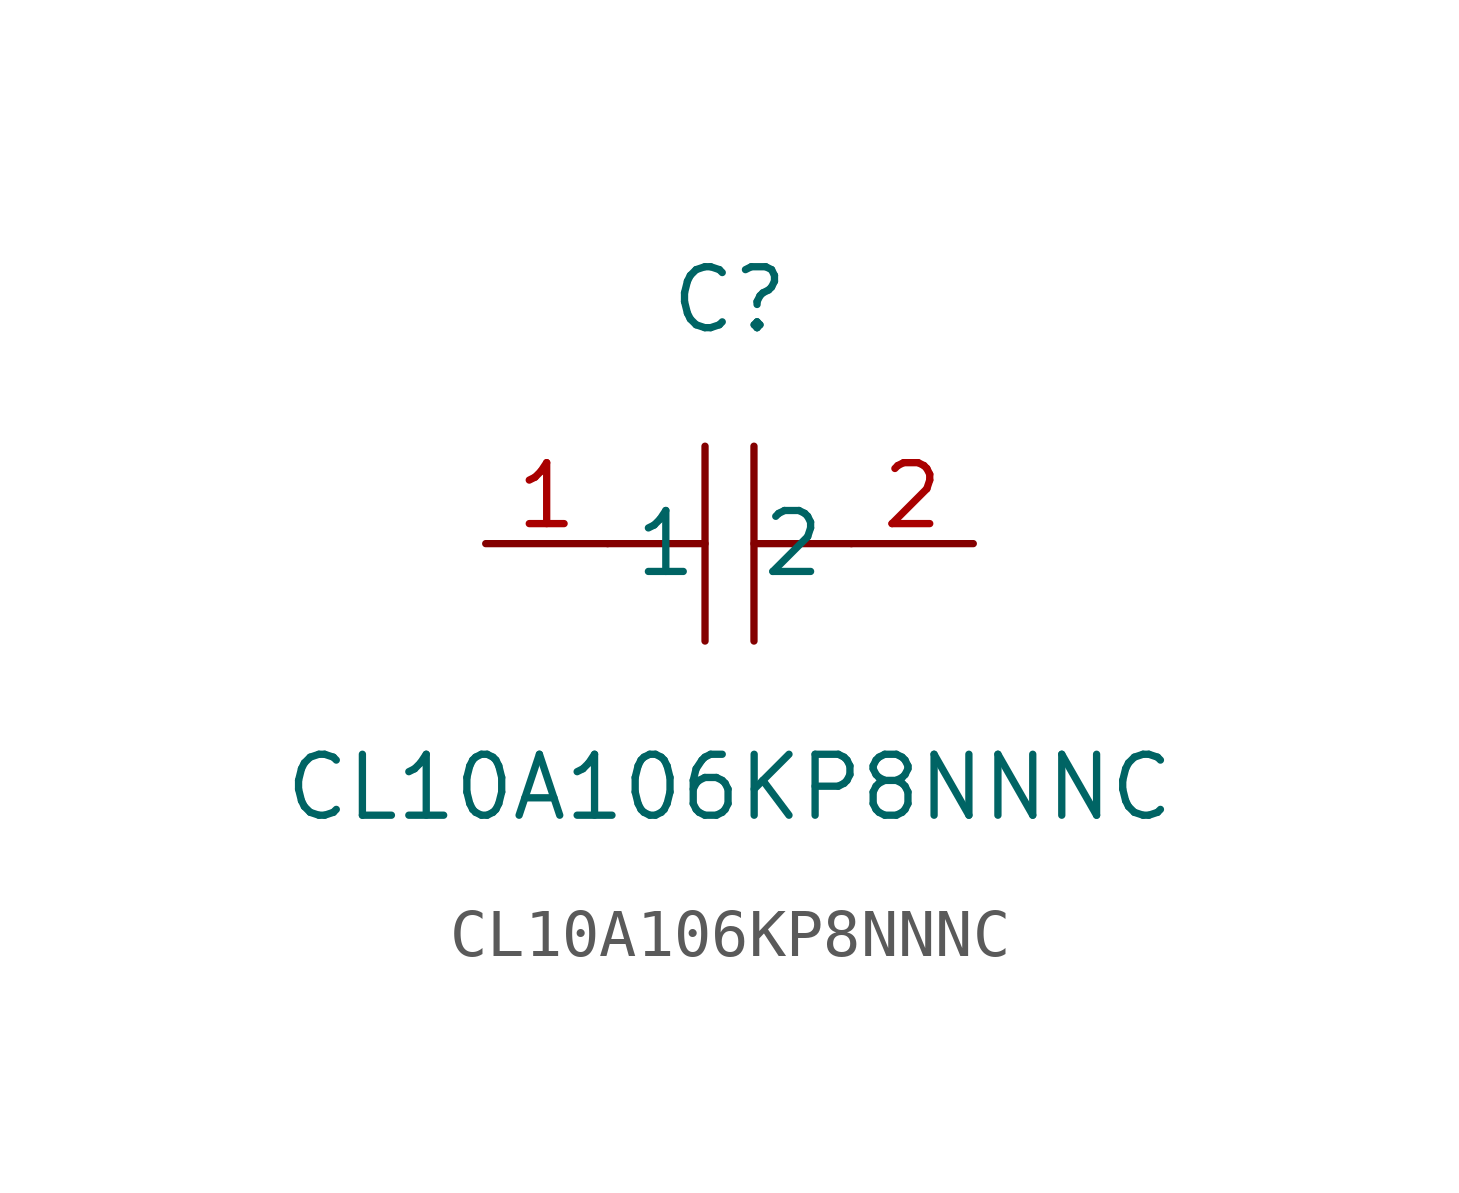
<source format=kicad_sym>
(kicad_symbol_lib
  (version 1)
  (generator "faebryk")
  (symbol "CL10A106KP8NNNC"
    (property "Reference" "C"
      (at 0 5.08 0)
      (effects (font (size 1.27 1.27)) (hide no)))
    (property "Value" "CL10A106KP8NNNC"
      (at 0 -5.08 0)
      (effects (font (size 1.27 1.27)) (hide no)))
    (symbol "CL10A106KP8NNNC_0_1"
      (polyline (stroke (width 0) (type default) (color 0 0 0 0)) (fill (type none)) (pts (xy -0.51 -2.03) (xy -0.51 2.03)))
      (polyline (stroke (width 0) (type default) (color 0 0 0 0)) (fill (type none)) (pts (xy 2.54 0) (xy 0.51 0)))
      (polyline (stroke (width 0) (type default) (color 0 0 0 0)) (fill (type none)) (pts (xy 0.51 2.03) (xy 0.51 -2.03)))
      (polyline (stroke (width 0) (type default) (color 0 0 0 0)) (fill (type none)) (pts (xy -0.51 0) (xy -2.54 0)))
      (pin unspecified line (at -5.08 0 0) (length 2.54) (name "1" (effects (font (size 1.27 1.27)) (hide no))) (number "1" (effects (font (size 1.27 1.27)) (hide no))))
      (pin unspecified line (at 5.08 0 180) (length 2.54) (name "2" (effects (font (size 1.27 1.27)) (hide no))) (number "2" (effects (font (size 1.27 1.27)) (hide no)))))))
</source>
